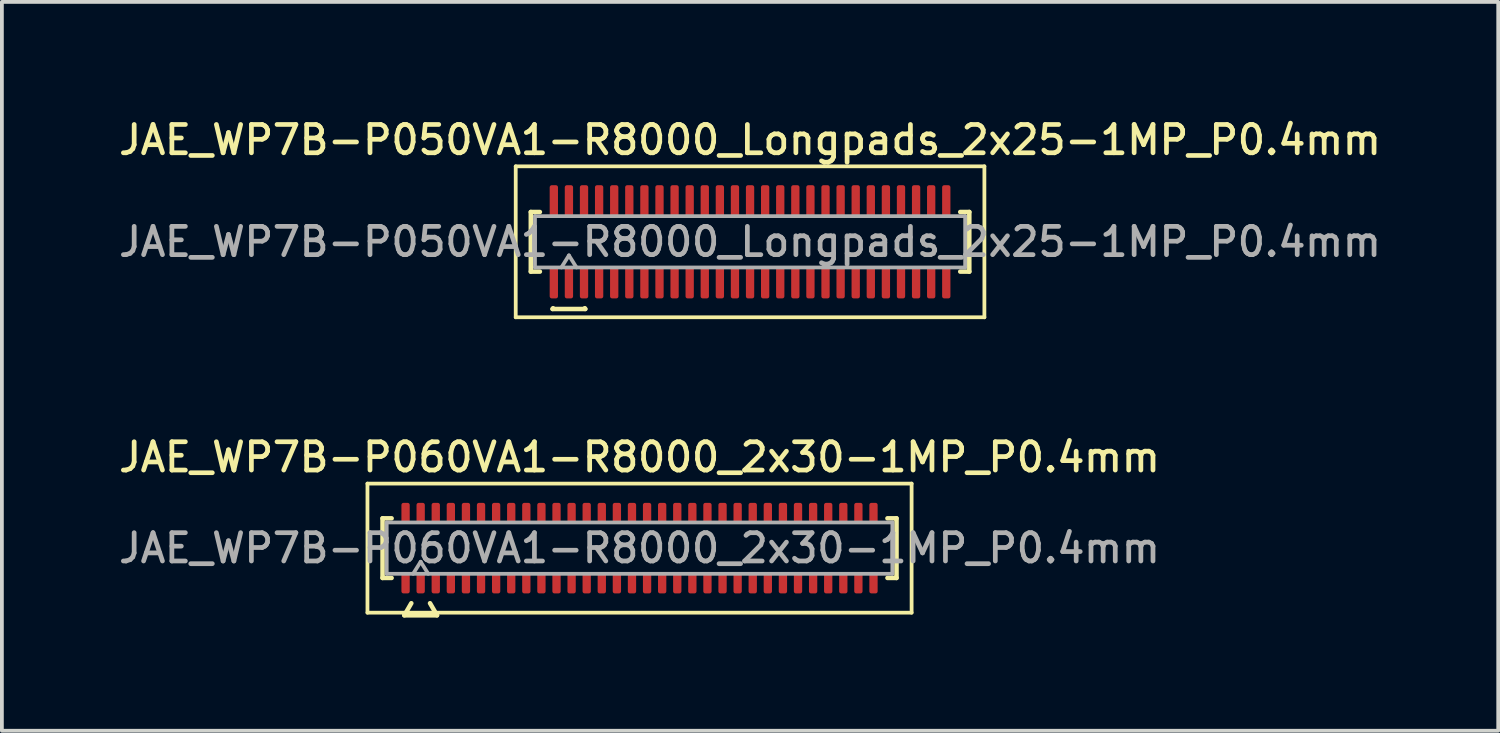
<source format=kicad_pcb>
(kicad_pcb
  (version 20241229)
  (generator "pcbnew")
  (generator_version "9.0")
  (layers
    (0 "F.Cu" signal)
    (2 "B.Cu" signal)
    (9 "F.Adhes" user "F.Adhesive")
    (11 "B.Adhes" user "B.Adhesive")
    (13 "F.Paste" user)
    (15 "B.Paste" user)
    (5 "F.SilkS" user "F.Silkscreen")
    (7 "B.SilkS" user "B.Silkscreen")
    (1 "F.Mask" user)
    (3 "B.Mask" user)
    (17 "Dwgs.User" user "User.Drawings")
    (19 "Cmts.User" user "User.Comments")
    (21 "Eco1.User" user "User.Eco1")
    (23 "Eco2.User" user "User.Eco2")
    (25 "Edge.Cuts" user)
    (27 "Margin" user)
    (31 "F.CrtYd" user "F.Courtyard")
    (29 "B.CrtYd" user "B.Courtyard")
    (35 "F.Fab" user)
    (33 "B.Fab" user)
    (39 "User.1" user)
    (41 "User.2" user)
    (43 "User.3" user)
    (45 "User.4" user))
  (footprint "JAE_WP7B-P060VA1-R8000_2x30-1MP_P0.4mm"
    (layer "F.Cu")
    (at 13.898 11.476)
    (property "Reference" "JAE_WP7B-P060VA1-R8000_2x30-1MP_P0.4mm" (at 0 -2.41 0) (layer "F.SilkS") (effects (font (size 0.75 0.75) (thickness 0.125))))
    (attr smd)
    (fp_line (start -7.21 -1.71) (end -7.21 1.71) (stroke (width 0.1) (type solid)) (layer "F.SilkS"))
    (fp_line (start -7.21 1.71) (end 7.21 1.71) (stroke (width 0.1) (type solid)) (layer "F.SilkS"))
    (fp_line (start -6.81 -0.79) (end -6.57 -0.79) (stroke (width 0.12) (type solid)) (layer "F.SilkS"))
    (fp_line (start -6.81 0.79) (end -6.81 -0.79) (stroke (width 0.12) (type solid)) (layer "F.SilkS"))
    (fp_line (start -6.57 0.79) (end -6.81 0.79) (stroke (width 0.12) (type solid)) (layer "F.SilkS"))
    (fp_line (start -6.233 1.78) (end -6.048 1.46) (stroke (width 0.12) (type solid)) (layer "F.SilkS"))
    (fp_line (start -5.552 1.46) (end -5.367 1.78) (stroke (width 0.12) (type solid)) (layer "F.SilkS"))
    (fp_line (start -5.367 1.78) (end -6.233 1.78) (stroke (width 0.12) (type solid)) (layer "F.SilkS"))
    (fp_line (start 6.57 -0.79) (end 6.81 -0.79) (stroke (width 0.12) (type solid)) (layer "F.SilkS"))
    (fp_line (start 6.81 -0.79) (end 6.81 0.79) (stroke (width 0.12) (type solid)) (layer "F.SilkS"))
    (fp_line (start 6.81 0.79) (end 6.57 0.79) (stroke (width 0.12) (type solid)) (layer "F.SilkS"))
    (fp_line (start 7.21 -1.71) (end -7.21 -1.71) (stroke (width 0.1) (type solid)) (layer "F.SilkS"))
    (fp_line (start 7.21 1.71) (end 7.21 -1.71) (stroke (width 0.1) (type solid)) (layer "F.SilkS"))
    (fp_line (start -6.7 -0.68) (end 6.7 -0.68) (stroke (width 0.1) (type solid)) (layer "F.Fab"))
    (fp_line (start -6.7 0.68) (end -6.7 -0.68) (stroke (width 0.1) (type solid)) (layer "F.Fab"))
    (fp_line (start -6 0.68) (end -5.8 0.36) (stroke (width 0.1) (type solid)) (layer "F.Fab"))
    (fp_line (start -5.8 0.36) (end -5.6 0.68) (stroke (width 0.1) (type solid)) (layer "F.Fab"))
    (fp_line (start 6.7 -0.68) (end 6.7 0.68) (stroke (width 0.1) (type solid)) (layer "F.Fab"))
    (fp_line (start 6.7 0.68) (end -6.7 0.68) (stroke (width 0.1) (type solid)) (layer "F.Fab"))
    (fp_text user "${REFERENCE}" (at 0 0 0) (layer "F.Fab") (effects (font (size 0.75 0.75) (thickness 0.125))))
    (pad "1" smd roundrect (at -5.8 0.925) (size 0.22 0.55) (layers "F.Cu" "F.Mask" "F.Paste") (roundrect_rratio 0.25))
    (pad "2" smd roundrect (at -5.8 -0.925) (size 0.22 0.55) (layers "F.Cu" "F.Mask" "F.Paste") (roundrect_rratio 0.25))
    (pad "3" smd roundrect (at -5.4 0.925) (size 0.22 0.55) (layers "F.Cu" "F.Mask" "F.Paste") (roundrect_rratio 0.25))
    (pad "4" smd roundrect (at -5.4 -0.925) (size 0.22 0.55) (layers "F.Cu" "F.Mask" "F.Paste") (roundrect_rratio 0.25))
    (pad "5" smd roundrect (at -5 0.925) (size 0.22 0.55) (layers "F.Cu" "F.Mask" "F.Paste") (roundrect_rratio 0.25))
    (pad "6" smd roundrect (at -5 -0.925) (size 0.22 0.55) (layers "F.Cu" "F.Mask" "F.Paste") (roundrect_rratio 0.25))
    (pad "7" smd roundrect (at -4.6 0.925) (size 0.22 0.55) (layers "F.Cu" "F.Mask" "F.Paste") (roundrect_rratio 0.25))
    (pad "8" smd roundrect (at -4.6 -0.925) (size 0.22 0.55) (layers "F.Cu" "F.Mask" "F.Paste") (roundrect_rratio 0.25))
    (pad "9" smd roundrect (at -4.2 0.925) (size 0.22 0.55) (layers "F.Cu" "F.Mask" "F.Paste") (roundrect_rratio 0.25))
    (pad "10" smd roundrect (at -4.2 -0.925) (size 0.22 0.55) (layers "F.Cu" "F.Mask" "F.Paste") (roundrect_rratio 0.25))
    (pad "11" smd roundrect (at -3.8 0.925) (size 0.22 0.55) (layers "F.Cu" "F.Mask" "F.Paste") (roundrect_rratio 0.25))
    (pad "12" smd roundrect (at -3.8 -0.925) (size 0.22 0.55) (layers "F.Cu" "F.Mask" "F.Paste") (roundrect_rratio 0.25))
    (pad "13" smd roundrect (at -3.4 0.925) (size 0.22 0.55) (layers "F.Cu" "F.Mask" "F.Paste") (roundrect_rratio 0.25))
    (pad "14" smd roundrect (at -3.4 -0.925) (size 0.22 0.55) (layers "F.Cu" "F.Mask" "F.Paste") (roundrect_rratio 0.25))
    (pad "15" smd roundrect (at -3 0.925) (size 0.22 0.55) (layers "F.Cu" "F.Mask" "F.Paste") (roundrect_rratio 0.25))
    (pad "16" smd roundrect (at -3 -0.925) (size 0.22 0.55) (layers "F.Cu" "F.Mask" "F.Paste") (roundrect_rratio 0.25))
    (pad "17" smd roundrect (at -2.6 0.925) (size 0.22 0.55) (layers "F.Cu" "F.Mask" "F.Paste") (roundrect_rratio 0.25))
    (pad "18" smd roundrect (at -2.6 -0.925) (size 0.22 0.55) (layers "F.Cu" "F.Mask" "F.Paste") (roundrect_rratio 0.25))
    (pad "19" smd roundrect (at -2.2 0.925) (size 0.22 0.55) (layers "F.Cu" "F.Mask" "F.Paste") (roundrect_rratio 0.25))
    (pad "20" smd roundrect (at -2.2 -0.925) (size 0.22 0.55) (layers "F.Cu" "F.Mask" "F.Paste") (roundrect_rratio 0.25))
    (pad "21" smd roundrect (at -1.8 0.925) (size 0.22 0.55) (layers "F.Cu" "F.Mask" "F.Paste") (roundrect_rratio 0.25))
    (pad "22" smd roundrect (at -1.8 -0.925) (size 0.22 0.55) (layers "F.Cu" "F.Mask" "F.Paste") (roundrect_rratio 0.25))
    (pad "23" smd roundrect (at -1.4 0.925) (size 0.22 0.55) (layers "F.Cu" "F.Mask" "F.Paste") (roundrect_rratio 0.25))
    (pad "24" smd roundrect (at -1.4 -0.925) (size 0.22 0.55) (layers "F.Cu" "F.Mask" "F.Paste") (roundrect_rratio 0.25))
    (pad "25" smd roundrect (at -1 0.925) (size 0.22 0.55) (layers "F.Cu" "F.Mask" "F.Paste") (roundrect_rratio 0.25))
    (pad "26" smd roundrect (at -1 -0.925) (size 0.22 0.55) (layers "F.Cu" "F.Mask" "F.Paste") (roundrect_rratio 0.25))
    (pad "27" smd roundrect (at -0.6 0.925) (size 0.22 0.55) (layers "F.Cu" "F.Mask" "F.Paste") (roundrect_rratio 0.25))
    (pad "28" smd roundrect (at -0.6 -0.925) (size 0.22 0.55) (layers "F.Cu" "F.Mask" "F.Paste") (roundrect_rratio 0.25))
    (pad "29" smd roundrect (at -0.2 0.925) (size 0.22 0.55) (layers "F.Cu" "F.Mask" "F.Paste") (roundrect_rratio 0.25))
    (pad "30" smd roundrect (at -0.2 -0.925) (size 0.22 0.55) (layers "F.Cu" "F.Mask" "F.Paste") (roundrect_rratio 0.25))
    (pad "31" smd roundrect (at 0.2 0.925) (size 0.22 0.55) (layers "F.Cu" "F.Mask" "F.Paste") (roundrect_rratio 0.25))
    (pad "32" smd roundrect (at 0.2 -0.925) (size 0.22 0.55) (layers "F.Cu" "F.Mask" "F.Paste") (roundrect_rratio 0.25))
    (pad "33" smd roundrect (at 0.6 0.925) (size 0.22 0.55) (layers "F.Cu" "F.Mask" "F.Paste") (roundrect_rratio 0.25))
    (pad "34" smd roundrect (at 0.6 -0.925) (size 0.22 0.55) (layers "F.Cu" "F.Mask" "F.Paste") (roundrect_rratio 0.25))
    (pad "35" smd roundrect (at 1 0.925) (size 0.22 0.55) (layers "F.Cu" "F.Mask" "F.Paste") (roundrect_rratio 0.25))
    (pad "36" smd roundrect (at 1 -0.925) (size 0.22 0.55) (layers "F.Cu" "F.Mask" "F.Paste") (roundrect_rratio 0.25))
    (pad "37" smd roundrect (at 1.4 0.925) (size 0.22 0.55) (layers "F.Cu" "F.Mask" "F.Paste") (roundrect_rratio 0.25))
    (pad "38" smd roundrect (at 1.4 -0.925) (size 0.22 0.55) (layers "F.Cu" "F.Mask" "F.Paste") (roundrect_rratio 0.25))
    (pad "39" smd roundrect (at 1.8 0.925) (size 0.22 0.55) (layers "F.Cu" "F.Mask" "F.Paste") (roundrect_rratio 0.25))
    (pad "40" smd roundrect (at 1.8 -0.925) (size 0.22 0.55) (layers "F.Cu" "F.Mask" "F.Paste") (roundrect_rratio 0.25))
    (pad "41" smd roundrect (at 2.2 0.925) (size 0.22 0.55) (layers "F.Cu" "F.Mask" "F.Paste") (roundrect_rratio 0.25))
    (pad "42" smd roundrect (at 2.2 -0.925) (size 0.22 0.55) (layers "F.Cu" "F.Mask" "F.Paste") (roundrect_rratio 0.25))
    (pad "43" smd roundrect (at 2.6 0.925) (size 0.22 0.55) (layers "F.Cu" "F.Mask" "F.Paste") (roundrect_rratio 0.25))
    (pad "44" smd roundrect (at 2.6 -0.925) (size 0.22 0.55) (layers "F.Cu" "F.Mask" "F.Paste") (roundrect_rratio 0.25))
    (pad "45" smd roundrect (at 3 0.925) (size 0.22 0.55) (layers "F.Cu" "F.Mask" "F.Paste") (roundrect_rratio 0.25))
    (pad "46" smd roundrect (at 3 -0.925) (size 0.22 0.55) (layers "F.Cu" "F.Mask" "F.Paste") (roundrect_rratio 0.25))
    (pad "47" smd roundrect (at 3.4 0.925) (size 0.22 0.55) (layers "F.Cu" "F.Mask" "F.Paste") (roundrect_rratio 0.25))
    (pad "48" smd roundrect (at 3.4 -0.925) (size 0.22 0.55) (layers "F.Cu" "F.Mask" "F.Paste") (roundrect_rratio 0.25))
    (pad "49" smd roundrect (at 3.8 0.925) (size 0.22 0.55) (layers "F.Cu" "F.Mask" "F.Paste") (roundrect_rratio 0.25))
    (pad "50" smd roundrect (at 3.8 -0.925) (size 0.22 0.55) (layers "F.Cu" "F.Mask" "F.Paste") (roundrect_rratio 0.25))
    (pad "51" smd roundrect (at 4.2 0.925) (size 0.22 0.55) (layers "F.Cu" "F.Mask" "F.Paste") (roundrect_rratio 0.25))
    (pad "52" smd roundrect (at 4.2 -0.925) (size 0.22 0.55) (layers "F.Cu" "F.Mask" "F.Paste") (roundrect_rratio 0.25))
    (pad "53" smd roundrect (at 4.6 0.925) (size 0.22 0.55) (layers "F.Cu" "F.Mask" "F.Paste") (roundrect_rratio 0.25))
    (pad "54" smd roundrect (at 4.6 -0.925) (size 0.22 0.55) (layers "F.Cu" "F.Mask" "F.Paste") (roundrect_rratio 0.25))
    (pad "55" smd roundrect (at 5 0.925) (size 0.22 0.55) (layers "F.Cu" "F.Mask" "F.Paste") (roundrect_rratio 0.25))
    (pad "56" smd roundrect (at 5 -0.925) (size 0.22 0.55) (layers "F.Cu" "F.Mask" "F.Paste") (roundrect_rratio 0.25))
    (pad "57" smd roundrect (at 5.4 0.925) (size 0.22 0.55) (layers "F.Cu" "F.Mask" "F.Paste") (roundrect_rratio 0.25))
    (pad "58" smd roundrect (at 5.4 -0.925) (size 0.22 0.55) (layers "F.Cu" "F.Mask" "F.Paste") (roundrect_rratio 0.25))
    (pad "59" smd roundrect (at 5.8 0.925) (size 0.22 0.55) (layers "F.Cu" "F.Mask" "F.Paste") (roundrect_rratio 0.25))
    (pad "60" smd roundrect (at 5.8 -0.925) (size 0.22 0.55) (layers "F.Cu" "F.Mask" "F.Paste") (roundrect_rratio 0.25))
    (pad "MP" smd roundrect (at -6.2 -0.925) (size 0.22 0.55) (layers "F.Cu" "F.Mask" "F.Paste") (roundrect_rratio 0.25))
    (pad "MP" smd roundrect (at -6.2 0.925) (size 0.22 0.55) (layers "F.Cu" "F.Mask" "F.Paste") (roundrect_rratio 0.25))
    (pad "MP" smd roundrect (at 6.2 -0.925) (size 0.22 0.55) (layers "F.Cu" "F.Mask" "F.Paste") (roundrect_rratio 0.25))
    (pad "MP" smd roundrect (at 6.2 0.925) (size 0.22 0.55) (layers "F.Cu" "F.Mask" "F.Paste") (roundrect_rratio 0.25)))
  (footprint "JAE_WP7B-P050VA1-R8000_Longpads_2x25-1MP_P0.4mm"
    (layer "F.Cu")
    (at 16.827 3.358)
    (property "Reference" "JAE_WP7B-P050VA1-R8000_Longpads_2x25-1MP_P0.4mm" (at 0 -2.7 0) (layer "F.SilkS") (effects (font (size 0.75 0.75) (thickness 0.125))))
    (attr smd)
    (fp_line (start -6.21 -2) (end -6.21 2) (stroke (width 0.1) (type solid)) (layer "F.SilkS"))
    (fp_line (start -6.21 2) (end 6.21 2) (stroke (width 0.1) (type solid)) (layer "F.SilkS"))
    (fp_line (start -5.81 -0.79) (end -5.57 -0.79) (stroke (width 0.12) (type solid)) (layer "F.SilkS"))
    (fp_line (start -5.81 0.79) (end -5.81 -0.79) (stroke (width 0.12) (type solid)) (layer "F.SilkS"))
    (fp_line (start -5.57 0.79) (end -5.81 0.79) (stroke (width 0.12) (type solid)) (layer "F.SilkS"))
    (fp_line (start -5.233 1.78) (end -5.221 1.76) (stroke (width 0.12) (type solid)) (layer "F.SilkS"))
    (fp_line (start -4.379 1.76) (end -4.367 1.78) (stroke (width 0.12) (type solid)) (layer "F.SilkS"))
    (fp_line (start -4.367 1.78) (end -5.233 1.78) (stroke (width 0.12) (type solid)) (layer "F.SilkS"))
    (fp_line (start 5.57 -0.79) (end 5.81 -0.79) (stroke (width 0.12) (type solid)) (layer "F.SilkS"))
    (fp_line (start 5.81 -0.79) (end 5.81 0.79) (stroke (width 0.12) (type solid)) (layer "F.SilkS"))
    (fp_line (start 5.81 0.79) (end 5.57 0.79) (stroke (width 0.12) (type solid)) (layer "F.SilkS"))
    (fp_line (start 6.21 -2) (end -6.21 -2) (stroke (width 0.1) (type solid)) (layer "F.SilkS"))
    (fp_line (start 6.21 2) (end 6.21 -2) (stroke (width 0.1) (type solid)) (layer "F.SilkS"))
    (fp_line (start -5.7 -0.68) (end 5.7 -0.68) (stroke (width 0.1) (type solid)) (layer "F.Fab"))
    (fp_line (start -5.7 0.68) (end -5.7 -0.68) (stroke (width 0.1) (type solid)) (layer "F.Fab"))
    (fp_line (start -5 0.68) (end -4.8 0.36) (stroke (width 0.1) (type solid)) (layer "F.Fab"))
    (fp_line (start -4.8 0.36) (end -4.6 0.68) (stroke (width 0.1) (type solid)) (layer "F.Fab"))
    (fp_line (start 5.7 -0.68) (end 5.7 0.68) (stroke (width 0.1) (type solid)) (layer "F.Fab"))
    (fp_line (start 5.7 0.68) (end -5.7 0.68) (stroke (width 0.1) (type solid)) (layer "F.Fab"))
    (fp_text user "${REFERENCE}" (at 0 0 0) (layer "F.Fab") (effects (font (size 0.75 0.75) (thickness 0.125))))
    (pad "1" smd roundrect (at -4.8 1.075) (size 0.22 0.85) (layers "F.Cu" "F.Mask" "F.Paste") (roundrect_rratio 0.25))
    (pad "2" smd roundrect (at -4.8 -1.075) (size 0.22 0.85) (layers "F.Cu" "F.Mask" "F.Paste") (roundrect_rratio 0.25))
    (pad "3" smd roundrect (at -4.4 1.075) (size 0.22 0.85) (layers "F.Cu" "F.Mask" "F.Paste") (roundrect_rratio 0.25))
    (pad "4" smd roundrect (at -4.4 -1.075) (size 0.22 0.85) (layers "F.Cu" "F.Mask" "F.Paste") (roundrect_rratio 0.25))
    (pad "5" smd roundrect (at -4 1.075) (size 0.22 0.85) (layers "F.Cu" "F.Mask" "F.Paste") (roundrect_rratio 0.25))
    (pad "6" smd roundrect (at -4 -1.075) (size 0.22 0.85) (layers "F.Cu" "F.Mask" "F.Paste") (roundrect_rratio 0.25))
    (pad "7" smd roundrect (at -3.6 1.075) (size 0.22 0.85) (layers "F.Cu" "F.Mask" "F.Paste") (roundrect_rratio 0.25))
    (pad "8" smd roundrect (at -3.6 -1.075) (size 0.22 0.85) (layers "F.Cu" "F.Mask" "F.Paste") (roundrect_rratio 0.25))
    (pad "9" smd roundrect (at -3.2 1.075) (size 0.22 0.85) (layers "F.Cu" "F.Mask" "F.Paste") (roundrect_rratio 0.25))
    (pad "10" smd roundrect (at -3.2 -1.075) (size 0.22 0.85) (layers "F.Cu" "F.Mask" "F.Paste") (roundrect_rratio 0.25))
    (pad "11" smd roundrect (at -2.8 1.075) (size 0.22 0.85) (layers "F.Cu" "F.Mask" "F.Paste") (roundrect_rratio 0.25))
    (pad "12" smd roundrect (at -2.8 -1.075) (size 0.22 0.85) (layers "F.Cu" "F.Mask" "F.Paste") (roundrect_rratio 0.25))
    (pad "13" smd roundrect (at -2.4 1.075) (size 0.22 0.85) (layers "F.Cu" "F.Mask" "F.Paste") (roundrect_rratio 0.25))
    (pad "14" smd roundrect (at -2.4 -1.075) (size 0.22 0.85) (layers "F.Cu" "F.Mask" "F.Paste") (roundrect_rratio 0.25))
    (pad "15" smd roundrect (at -2 1.075) (size 0.22 0.85) (layers "F.Cu" "F.Mask" "F.Paste") (roundrect_rratio 0.25))
    (pad "16" smd roundrect (at -2 -1.075) (size 0.22 0.85) (layers "F.Cu" "F.Mask" "F.Paste") (roundrect_rratio 0.25))
    (pad "17" smd roundrect (at -1.6 1.075) (size 0.22 0.85) (layers "F.Cu" "F.Mask" "F.Paste") (roundrect_rratio 0.25))
    (pad "18" smd roundrect (at -1.6 -1.075) (size 0.22 0.85) (layers "F.Cu" "F.Mask" "F.Paste") (roundrect_rratio 0.25))
    (pad "19" smd roundrect (at -1.2 1.075) (size 0.22 0.85) (layers "F.Cu" "F.Mask" "F.Paste") (roundrect_rratio 0.25))
    (pad "20" smd roundrect (at -1.2 -1.075) (size 0.22 0.85) (layers "F.Cu" "F.Mask" "F.Paste") (roundrect_rratio 0.25))
    (pad "21" smd roundrect (at -0.8 1.075) (size 0.22 0.85) (layers "F.Cu" "F.Mask" "F.Paste") (roundrect_rratio 0.25))
    (pad "22" smd roundrect (at -0.8 -1.075) (size 0.22 0.85) (layers "F.Cu" "F.Mask" "F.Paste") (roundrect_rratio 0.25))
    (pad "23" smd roundrect (at -0.4 1.075) (size 0.22 0.85) (layers "F.Cu" "F.Mask" "F.Paste") (roundrect_rratio 0.25))
    (pad "24" smd roundrect (at -0.4 -1.075) (size 0.22 0.85) (layers "F.Cu" "F.Mask" "F.Paste") (roundrect_rratio 0.25))
    (pad "25" smd roundrect (at 0 1.075) (size 0.22 0.85) (layers "F.Cu" "F.Mask" "F.Paste") (roundrect_rratio 0.25))
    (pad "26" smd roundrect (at 0 -1.075) (size 0.22 0.85) (layers "F.Cu" "F.Mask" "F.Paste") (roundrect_rratio 0.25))
    (pad "27" smd roundrect (at 0.4 1.075) (size 0.22 0.85) (layers "F.Cu" "F.Mask" "F.Paste") (roundrect_rratio 0.25))
    (pad "28" smd roundrect (at 0.4 -1.075) (size 0.22 0.85) (layers "F.Cu" "F.Mask" "F.Paste") (roundrect_rratio 0.25))
    (pad "29" smd roundrect (at 0.8 1.075) (size 0.22 0.85) (layers "F.Cu" "F.Mask" "F.Paste") (roundrect_rratio 0.25))
    (pad "30" smd roundrect (at 0.8 -1.075) (size 0.22 0.85) (layers "F.Cu" "F.Mask" "F.Paste") (roundrect_rratio 0.25))
    (pad "31" smd roundrect (at 1.2 1.075) (size 0.22 0.85) (layers "F.Cu" "F.Mask" "F.Paste") (roundrect_rratio 0.25))
    (pad "32" smd roundrect (at 1.2 -1.075) (size 0.22 0.85) (layers "F.Cu" "F.Mask" "F.Paste") (roundrect_rratio 0.25))
    (pad "33" smd roundrect (at 1.6 1.075) (size 0.22 0.85) (layers "F.Cu" "F.Mask" "F.Paste") (roundrect_rratio 0.25))
    (pad "34" smd roundrect (at 1.6 -1.075) (size 0.22 0.85) (layers "F.Cu" "F.Mask" "F.Paste") (roundrect_rratio 0.25))
    (pad "35" smd roundrect (at 2 1.075) (size 0.22 0.85) (layers "F.Cu" "F.Mask" "F.Paste") (roundrect_rratio 0.25))
    (pad "36" smd roundrect (at 2 -1.075) (size 0.22 0.85) (layers "F.Cu" "F.Mask" "F.Paste") (roundrect_rratio 0.25))
    (pad "37" smd roundrect (at 2.4 1.075) (size 0.22 0.85) (layers "F.Cu" "F.Mask" "F.Paste") (roundrect_rratio 0.25))
    (pad "38" smd roundrect (at 2.4 -1.075) (size 0.22 0.85) (layers "F.Cu" "F.Mask" "F.Paste") (roundrect_rratio 0.25))
    (pad "39" smd roundrect (at 2.8 1.075) (size 0.22 0.85) (layers "F.Cu" "F.Mask" "F.Paste") (roundrect_rratio 0.25))
    (pad "40" smd roundrect (at 2.8 -1.075) (size 0.22 0.85) (layers "F.Cu" "F.Mask" "F.Paste") (roundrect_rratio 0.25))
    (pad "41" smd roundrect (at 3.2 1.075) (size 0.22 0.85) (layers "F.Cu" "F.Mask" "F.Paste") (roundrect_rratio 0.25))
    (pad "42" smd roundrect (at 3.2 -1.075) (size 0.22 0.85) (layers "F.Cu" "F.Mask" "F.Paste") (roundrect_rratio 0.25))
    (pad "43" smd roundrect (at 3.6 1.075) (size 0.22 0.85) (layers "F.Cu" "F.Mask" "F.Paste") (roundrect_rratio 0.25))
    (pad "44" smd roundrect (at 3.6 -1.075) (size 0.22 0.85) (layers "F.Cu" "F.Mask" "F.Paste") (roundrect_rratio 0.25))
    (pad "45" smd roundrect (at 4 1.075) (size 0.22 0.85) (layers "F.Cu" "F.Mask" "F.Paste") (roundrect_rratio 0.25))
    (pad "46" smd roundrect (at 4 -1.075) (size 0.22 0.85) (layers "F.Cu" "F.Mask" "F.Paste") (roundrect_rratio 0.25))
    (pad "47" smd roundrect (at 4.4 1.075) (size 0.22 0.85) (layers "F.Cu" "F.Mask" "F.Paste") (roundrect_rratio 0.25))
    (pad "48" smd roundrect (at 4.4 -1.075) (size 0.22 0.85) (layers "F.Cu" "F.Mask" "F.Paste") (roundrect_rratio 0.25))
    (pad "49" smd roundrect (at 4.8 1.075) (size 0.22 0.85) (layers "F.Cu" "F.Mask" "F.Paste") (roundrect_rratio 0.25))
    (pad "50" smd roundrect (at 4.8 -1.075) (size 0.22 0.85) (layers "F.Cu" "F.Mask" "F.Paste") (roundrect_rratio 0.25))
    (pad "MP" smd roundrect (at -5.2 -1.075) (size 0.22 0.85) (layers "F.Cu" "F.Mask" "F.Paste") (roundrect_rratio 0.25))
    (pad "MP" smd roundrect (at -5.2 1.075) (size 0.22 0.85) (layers "F.Cu" "F.Mask" "F.Paste") (roundrect_rratio 0.25))
    (pad "MP" smd roundrect (at 5.2 -1.075) (size 0.22 0.85) (layers "F.Cu" "F.Mask" "F.Paste") (roundrect_rratio 0.25))
    (pad "MP" smd roundrect (at 5.2 1.075) (size 0.22 0.85) (layers "F.Cu" "F.Mask" "F.Paste") (roundrect_rratio 0.25)))
  (gr_rect
    (start -3 -3)
    (end 36.654 16.316)
    (stroke (width 0.1) (type default))
    (fill no)
    (layer "Edge.Cuts")))
</source>
